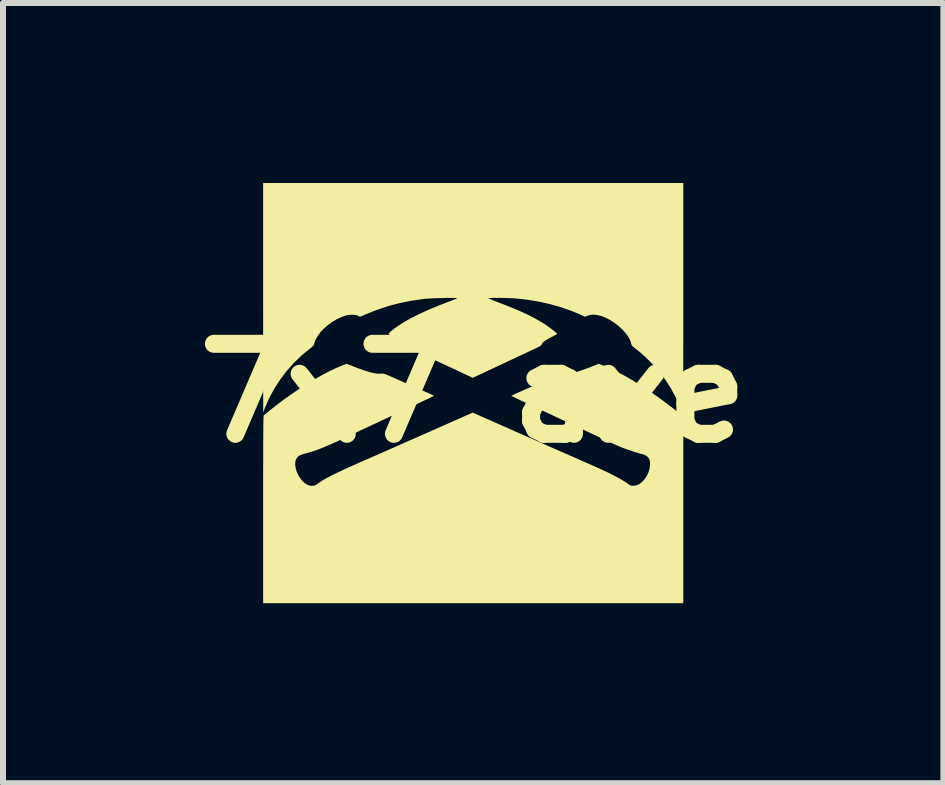
<source format=kicad_pcb>
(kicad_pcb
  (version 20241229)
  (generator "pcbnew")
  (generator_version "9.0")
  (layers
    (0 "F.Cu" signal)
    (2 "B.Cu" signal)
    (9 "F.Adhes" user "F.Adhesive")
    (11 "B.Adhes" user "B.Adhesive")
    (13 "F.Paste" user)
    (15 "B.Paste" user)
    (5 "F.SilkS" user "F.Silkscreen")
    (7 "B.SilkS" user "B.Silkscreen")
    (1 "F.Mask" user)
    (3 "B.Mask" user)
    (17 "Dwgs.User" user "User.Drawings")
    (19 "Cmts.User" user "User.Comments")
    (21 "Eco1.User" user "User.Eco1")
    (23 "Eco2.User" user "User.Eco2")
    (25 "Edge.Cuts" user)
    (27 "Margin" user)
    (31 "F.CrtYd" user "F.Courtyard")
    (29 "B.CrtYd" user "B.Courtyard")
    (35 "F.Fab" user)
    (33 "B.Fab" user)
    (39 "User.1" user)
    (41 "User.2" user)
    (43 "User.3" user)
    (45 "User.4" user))
  (footprint "7x7_axe"
    (layer "F.Cu")
    (at 4.836 3.501)
    (property "Reference" "7x7_axe" (at 0 0 0) (layer "F.SilkS") (effects (font (size 1.5 1.5) (thickness 0.3))))
    (attr board_only exclude_from_pos_files exclude_from_bom)
    (fp_poly (pts (xy 3.501 -1.564) (xy 3.501 -1.391) (xy 3.501 -1.223) (xy 3.501 -1.059) (xy 3.501 -0.901) (xy 3.5 -0.749) (xy 3.5 -0.604) (xy 3.5 -0.466) (xy 3.5 -0.336) (xy 3.5 -0.215) (xy 3.499 -0.103) (xy 3.499 -0.002) (xy 3.499 0.089) (xy 3.499 0.169) (xy 3.498 0.236) (xy 3.498 0.291) (xy 3.498 0.332) (xy 3.497 0.36) (xy 3.497 0.373) (xy 3.497 0.373) (xy 3.493 0.367) (xy 3.493 0.363) (xy 3.49 0.348) (xy 3.481 0.321) (xy 3.469 0.286) (xy 3.452 0.245) (xy 3.434 0.2) (xy 3.414 0.154) (xy 3.395 0.11) (xy 3.381 0.082) (xy 3.297 -0.074) (xy 3.2 -0.226) (xy 3.091 -0.369) (xy 3.064 -0.402) (xy 3.024 -0.446) (xy 2.977 -0.495) (xy 2.925 -0.547) (xy 2.871 -0.599) (xy 2.817 -0.648) (xy 2.767 -0.692) (xy 2.724 -0.727) (xy 2.713 -0.735) (xy 2.682 -0.759) (xy 2.661 -0.776) (xy 2.647 -0.79) (xy 2.639 -0.802) (xy 2.634 -0.817) (xy 2.631 -0.831) (xy 2.613 -0.886) (xy 2.581 -0.944) (xy 2.537 -1.003) (xy 2.484 -1.062) (xy 2.423 -1.118) (xy 2.355 -1.17) (xy 2.283 -1.217) (xy 2.214 -1.253) (xy 2.14 -1.283) (xy 2.07 -1.301) (xy 2.005 -1.308) (xy 1.947 -1.303) (xy 1.902 -1.289) (xy 1.864 -1.271) (xy 1.812 -1.296) (xy 1.785 -1.309) (xy 1.748 -1.325) (xy 1.706 -1.342) (xy 1.662 -1.36) (xy 1.652 -1.364) (xy 1.473 -1.428) (xy 1.289 -1.481) (xy 1.097 -1.524) (xy 0.896 -1.557) (xy 0.735 -1.575) (xy 0.697 -1.578) (xy 0.651 -1.581) (xy 0.6 -1.583) (xy 0.546 -1.585) (xy 0.491 -1.586) (xy 0.437 -1.587) (xy 0.387 -1.587) (xy 0.341 -1.587) (xy 0.303 -1.586) (xy 0.274 -1.584) (xy 0.257 -1.582) (xy 0.253 -1.58) (xy 0.262 -1.575) (xy 0.284 -1.566) (xy 0.316 -1.553) (xy 0.355 -1.537) (xy 0.401 -1.519) (xy 0.424 -1.51) (xy 0.553 -1.46) (xy 0.67 -1.413) (xy 0.774 -1.369) (xy 0.868 -1.326) (xy 0.954 -1.285) (xy 1.033 -1.243) (xy 1.107 -1.201) (xy 1.165 -1.166) (xy 1.202 -1.142) (xy 1.241 -1.115) (xy 1.279 -1.088) (xy 1.315 -1.06) (xy 1.348 -1.035) (xy 1.373 -1.014) (xy 1.391 -0.997) (xy 1.399 -0.987) (xy 1.399 -0.985) (xy 1.392 -0.981) (xy 1.373 -0.971) (xy 1.345 -0.956) (xy 1.311 -0.937) (xy 1.291 -0.927) (xy 1.247 -0.902) (xy 1.213 -0.883) (xy 1.189 -0.868) (xy 1.172 -0.854) (xy 1.158 -0.84) (xy 1.148 -0.824) (xy 1.141 -0.813) (xy 1.137 -0.806) (xy 1.133 -0.801) (xy 1.129 -0.795) (xy 1.122 -0.789) (xy 1.111 -0.782) (xy 1.095 -0.773) (xy 1.074 -0.762) (xy 1.045 -0.748) (xy 1.008 -0.73) (xy 0.961 -0.708) (xy 0.903 -0.681) (xy 0.832 -0.648) (xy 0.794 -0.63) (xy 0.748 -0.609) (xy 0.698 -0.586) (xy 0.65 -0.563) (xy 0.615 -0.547) (xy 0.589 -0.534) (xy 0.551 -0.517) (xy 0.503 -0.494) (xy 0.448 -0.468) (xy 0.387 -0.44) (xy 0.324 -0.41) (xy 0.262 -0.381) (xy -0.009 -0.255) (xy -0.333 -0.407) (xy -0.458 -0.465) (xy -0.569 -0.517) (xy -0.668 -0.563) (xy -0.754 -0.604) (xy -0.83 -0.639) (xy -0.896 -0.67) (xy -0.952 -0.697) (xy -0.999 -0.719) (xy -1.038 -0.738) (xy -1.07 -0.753) (xy -1.096 -0.766) (xy -1.115 -0.776) (xy -1.13 -0.784) (xy -1.141 -0.79) (xy -1.148 -0.795) (xy -1.152 -0.798) (xy -1.154 -0.801) (xy -1.156 -0.804) (xy -1.156 -0.805) (xy -1.164 -0.824) (xy -1.178 -0.842) (xy -1.198 -0.86) (xy -1.227 -0.88) (xy -1.266 -0.903) (xy -1.299 -0.921) (xy -1.336 -0.942) (xy -1.368 -0.96) (xy -1.393 -0.975) (xy -1.408 -0.984) (xy -1.411 -0.987) (xy -1.408 -0.995) (xy -1.393 -1.01) (xy -1.37 -1.031) (xy -1.339 -1.056) (xy -1.304 -1.083) (xy -1.266 -1.11) (xy -1.252 -1.12) (xy -1.152 -1.184) (xy -1.037 -1.249) (xy -0.906 -1.315) (xy -0.76 -1.382) (xy -0.6 -1.449) (xy -0.425 -1.518) (xy -0.385 -1.533) (xy -0.346 -1.548) (xy -0.312 -1.561) (xy -0.286 -1.572) (xy -0.271 -1.579) (xy -0.268 -1.581) (xy -0.273 -1.583) (xy -0.291 -1.585) (xy -0.321 -1.586) (xy -0.36 -1.586) (xy -0.407 -1.586) (xy -0.46 -1.586) (xy -0.516 -1.584) (xy -0.574 -1.583) (xy -0.632 -1.581) (xy -0.687 -1.579) (xy -0.738 -1.576) (xy -0.783 -1.573) (xy -0.819 -1.57) (xy -0.834 -1.568) (xy -1.038 -1.538) (xy -1.23 -1.499) (xy -1.414 -1.451) (xy -1.589 -1.393) (xy -1.76 -1.326) (xy -1.763 -1.325) (xy -1.887 -1.271) (xy -1.913 -1.287) (xy -1.943 -1.298) (xy -1.982 -1.304) (xy -2.028 -1.306) (xy -2.074 -1.303) (xy -2.116 -1.295) (xy -2.194 -1.269) (xy -2.275 -1.231) (xy -2.355 -1.182) (xy -2.431 -1.126) (xy -2.5 -1.064) (xy -2.542 -1.02) (xy -2.575 -0.976) (xy -2.605 -0.93) (xy -2.629 -0.884) (xy -2.645 -0.844) (xy -2.65 -0.823) (xy -2.654 -0.809) (xy -2.66 -0.796) (xy -2.673 -0.782) (xy -2.693 -0.764) (xy -2.723 -0.741) (xy -2.863 -0.625) (xy -2.993 -0.498) (xy -3.113 -0.363) (xy -3.221 -0.22) (xy -3.317 -0.071) (xy -3.4 0.083) (xy -3.469 0.24) (xy -3.47 0.244) (xy -3.5 0.323) (xy -3.501 -1.589) (xy -3.501 -3.501) (xy 0 -3.501) (xy 3.501 -3.501)) (stroke (width 0) (type solid)) (fill yes) (layer "F.SilkS"))
    (fp_poly (pts (xy 2.184 -0.453) (xy 2.281 -0.412) (xy 2.386 -0.361) (xy 2.5 -0.302) (xy 2.619 -0.234) (xy 2.741 -0.16) (xy 2.866 -0.081) (xy 2.991 0.003) (xy 3.109 0.086) (xy 3.141 0.11) (xy 3.178 0.138) (xy 3.218 0.168) (xy 3.258 0.198) (xy 3.296 0.227) (xy 3.331 0.254) (xy 3.36 0.276) (xy 3.38 0.293) (xy 3.391 0.302) (xy 3.392 0.303) (xy 3.399 0.31) (xy 3.416 0.323) (xy 3.439 0.342) (xy 3.448 0.35) (xy 3.501 0.392) (xy 3.501 1.946) (xy 3.501 3.501) (xy 0 3.501) (xy -3.501 3.501) (xy -3.501 1.94) (xy -3.501 1.753) (xy -3.501 1.581) (xy -3.501 1.424) (xy -3.501 1.28) (xy -3.5 1.15) (xy -3.5 1.032) (xy -3.5 0.926) (xy -3.5 0.832) (xy -3.499 0.748) (xy -3.499 0.675) (xy -3.498 0.611) (xy -3.498 0.556) (xy -3.497 0.51) (xy -3.497 0.471) (xy -3.496 0.44) (xy -3.495 0.415) (xy -3.494 0.397) (xy -3.493 0.383) (xy -3.492 0.375) (xy -3.49 0.371) (xy -3.49 0.37) (xy -3.48 0.362) (xy -3.461 0.347) (xy -3.435 0.325) (xy -3.405 0.301) (xy -3.401 0.297) (xy -3.282 0.203) (xy -3.158 0.109) (xy -3.031 0.019) (xy -2.903 -0.068) (xy -2.775 -0.15) (xy -2.649 -0.227) (xy -2.526 -0.297) (xy -2.408 -0.359) (xy -2.298 -0.412) (xy -2.196 -0.456) (xy -2.156 -0.471) (xy -2.107 -0.488) (xy -2.001 -0.446) (xy -1.907 -0.41) (xy -1.825 -0.381) (xy -1.755 -0.358) (xy -1.693 -0.341) (xy -1.64 -0.33) (xy -1.593 -0.324) (xy -1.551 -0.323) (xy -1.535 -0.324) (xy -1.52 -0.326) (xy -1.507 -0.325) (xy -1.492 -0.323) (xy -1.475 -0.318) (xy -1.452 -0.31) (xy -1.422 -0.298) (xy -1.383 -0.281) (xy -1.332 -0.259) (xy -1.319 -0.253) (xy -1.266 -0.23) (xy -1.203 -0.202) (xy -1.133 -0.171) (xy -1.06 -0.139) (xy -0.988 -0.107) (xy -0.92 -0.077) (xy -0.91 -0.072) (xy -0.853 -0.047) (xy -0.8 -0.023) (xy -0.753 -0.003) (xy -0.714 0.015) (xy -0.685 0.028) (xy -0.666 0.037) (xy -0.661 0.039) (xy -0.66 0.044) (xy -0.67 0.053) (xy -0.693 0.065) (xy -0.728 0.083) (xy -0.735 0.086) (xy -0.78 0.107) (xy -0.831 0.131) (xy -0.881 0.155) (xy -0.909 0.168) (xy -0.943 0.184) (xy -0.971 0.197) (xy -0.991 0.206) (xy -1 0.21) (xy -1 0.21) (xy -1.007 0.213) (xy -1.026 0.222) (xy -1.055 0.236) (xy -1.091 0.253) (xy -1.132 0.272) (xy -1.173 0.292) (xy -1.209 0.309) (xy -1.238 0.323) (xy -1.257 0.331) (xy -1.264 0.335) (xy -1.272 0.338) (xy -1.291 0.346) (xy -1.319 0.36) (xy -1.353 0.376) (xy -1.374 0.386) (xy -1.41 0.403) (xy -1.456 0.425) (xy -1.511 0.45) (xy -1.571 0.479) (xy -1.633 0.508) (xy -1.695 0.536) (xy -1.704 0.541) (xy -1.764 0.569) (xy -1.824 0.597) (xy -1.882 0.624) (xy -1.935 0.649) (xy -1.98 0.67) (xy -2.013 0.686) (xy -2.019 0.688) (xy -2.132 0.742) (xy -2.233 0.789) (xy -2.323 0.83) (xy -2.403 0.865) (xy -2.475 0.896) (xy -2.54 0.922) (xy -2.599 0.945) (xy -2.655 0.964) (xy -2.708 0.981) (xy -2.759 0.996) (xy -2.785 1.003) (xy -2.835 1.017) (xy -2.872 1.03) (xy -2.9 1.043) (xy -2.92 1.057) (xy -2.936 1.076) (xy -2.95 1.1) (xy -2.953 1.105) (xy -2.965 1.144) (xy -2.967 1.191) (xy -2.96 1.244) (xy -2.944 1.301) (xy -2.92 1.357) (xy -2.892 1.406) (xy -2.85 1.46) (xy -2.805 1.502) (xy -2.759 1.53) (xy -2.712 1.545) (xy -2.674 1.545) (xy -2.647 1.54) (xy -2.625 1.532) (xy -2.619 1.529) (xy -2.587 1.506) (xy -2.555 1.484) (xy -2.521 1.462) (xy -2.484 1.439) (xy -2.443 1.416) (xy -2.397 1.392) (xy -2.346 1.365) (xy -2.288 1.337) (xy -2.223 1.306) (xy -2.149 1.271) (xy -2.065 1.233) (xy -1.971 1.191) (xy -1.866 1.144) (xy -1.748 1.093) (xy -1.617 1.035) (xy -1.606 1.031) (xy -1.576 1.017) (xy -1.533 0.999) (xy -1.482 0.976) (xy -1.425 0.951) (xy -1.363 0.924) (xy -1.301 0.896) (xy -1.276 0.885) (xy -1.184 0.844) (xy -1.103 0.808) (xy -1.03 0.776) (xy -0.962 0.746) (xy -0.894 0.716) (xy -0.824 0.686) (xy -0.75 0.653) (xy -0.747 0.652) (xy -0.708 0.635) (xy -0.671 0.618) (xy -0.639 0.604) (xy -0.618 0.595) (xy -0.6 0.586) (xy -0.581 0.578) (xy -0.561 0.569) (xy -0.537 0.559) (xy -0.508 0.546) (xy -0.472 0.53) (xy -0.427 0.51) (xy -0.372 0.486) (xy -0.304 0.456) (xy -0.303 0.455) (xy -0.248 0.431) (xy -0.195 0.408) (xy -0.147 0.386) (xy -0.106 0.368) (xy -0.074 0.354) (xy -0.054 0.345) (xy -0.053 0.345) (xy -0.009 0.325) (xy 0.079 0.364) (xy 0.108 0.377) (xy 0.149 0.395) (xy 0.199 0.417) (xy 0.256 0.442) (xy 0.316 0.469) (xy 0.379 0.496) (xy 0.408 0.509) (xy 0.477 0.54) (xy 0.552 0.573) (xy 0.629 0.607) (xy 0.704 0.64) (xy 0.774 0.671) (xy 0.833 0.697) (xy 0.84 0.7) (xy 0.904 0.728) (xy 0.975 0.759) (xy 1.048 0.792) (xy 1.118 0.823) (xy 1.181 0.85) (xy 1.202 0.86) (xy 1.257 0.884) (xy 1.313 0.909) (xy 1.368 0.933) (xy 1.416 0.954) (xy 1.456 0.972) (xy 1.466 0.976) (xy 1.576 1.024) (xy 1.694 1.076) (xy 1.815 1.13) (xy 1.935 1.182) (xy 1.992 1.207) (xy 2.12 1.265) (xy 2.234 1.318) (xy 2.335 1.368) (xy 2.423 1.415) (xy 2.498 1.458) (xy 2.561 1.499) (xy 2.589 1.519) (xy 2.611 1.534) (xy 2.63 1.541) (xy 2.654 1.544) (xy 2.671 1.544) (xy 2.718 1.538) (xy 2.762 1.52) (xy 2.804 1.489) (xy 2.847 1.445) (xy 2.86 1.428) (xy 2.895 1.374) (xy 2.922 1.317) (xy 2.939 1.259) (xy 2.948 1.202) (xy 2.946 1.15) (xy 2.935 1.105) (xy 2.923 1.083) (xy 2.892 1.049) (xy 2.849 1.026) (xy 2.812 1.016) (xy 2.791 1.011) (xy 2.758 1.001) (xy 2.717 0.989) (xy 2.67 0.974) (xy 2.62 0.957) (xy 2.572 0.941) (xy 2.527 0.925) (xy 2.496 0.914) (xy 2.477 0.906) (xy 2.456 0.898) (xy 2.434 0.888) (xy 2.408 0.877) (xy 2.377 0.863) (xy 2.34 0.846) (xy 2.295 0.826) (xy 2.243 0.802) (xy 2.181 0.773) (xy 2.107 0.738) (xy 2.022 0.698) (xy 1.969 0.673) (xy 1.885 0.634) (xy 1.814 0.6) (xy 1.754 0.572) (xy 1.705 0.549) (xy 1.665 0.53) (xy 1.633 0.515) (xy 1.608 0.504) (xy 1.588 0.494) (xy 1.572 0.487) (xy 1.56 0.481) (xy 1.549 0.476) (xy 1.539 0.472) (xy 1.536 0.471) (xy 1.514 0.46) (xy 1.482 0.445) (xy 1.445 0.428) (xy 1.406 0.409) (xy 1.404 0.409) (xy 1.373 0.394) (xy 1.331 0.374) (xy 1.28 0.35) (xy 1.223 0.323) (xy 1.162 0.295) (xy 1.101 0.266) (xy 1.081 0.257) (xy 0.99 0.214) (xy 0.912 0.177) (xy 0.846 0.147) (xy 0.791 0.121) (xy 0.747 0.1) (xy 0.711 0.083) (xy 0.684 0.07) (xy 0.664 0.06) (xy 0.65 0.054) (xy 0.641 0.049) (xy 0.636 0.047) (xy 0.634 0.046) (xy 0.64 0.042) (xy 0.659 0.033) (xy 0.688 0.019) (xy 0.725 0.002) (xy 0.77 -0.018) (xy 0.812 -0.037) (xy 0.866 -0.061) (xy 0.932 -0.09) (xy 1.003 -0.121) (xy 1.078 -0.154) (xy 1.152 -0.187) (xy 1.222 -0.218) (xy 1.232 -0.222) (xy 1.297 -0.251) (xy 1.35 -0.274) (xy 1.391 -0.292) (xy 1.424 -0.305) (xy 1.449 -0.315) (xy 1.468 -0.321) (xy 1.483 -0.324) (xy 1.495 -0.326) (xy 1.507 -0.325) (xy 1.516 -0.325) (xy 1.554 -0.323) (xy 1.595 -0.326) (xy 1.64 -0.333) (xy 1.691 -0.345) (xy 1.749 -0.361) (xy 1.817 -0.384) (xy 1.896 -0.412) (xy 1.975 -0.442) (xy 2.094 -0.489)) (stroke (width 0) (type solid)) (fill yes) (layer "F.SilkS")))
  (gr_rect
    (start -3 -3)
    (end 12.671 10.002)
    (stroke (width 0.1) (type default))
    (fill no)
    (layer "Edge.Cuts")))
</source>
